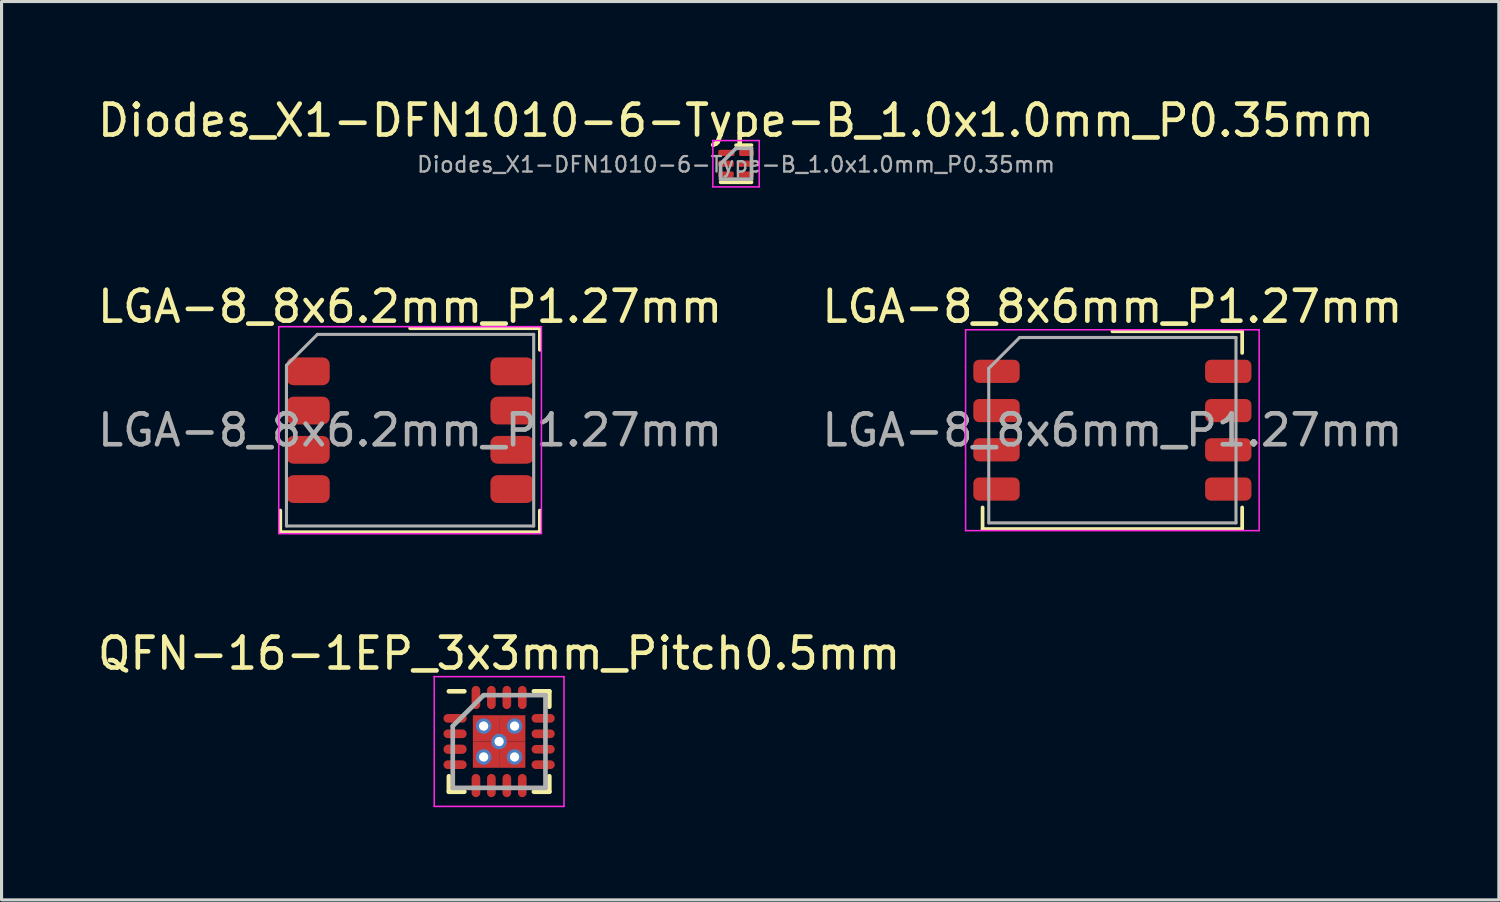
<source format=kicad_pcb>
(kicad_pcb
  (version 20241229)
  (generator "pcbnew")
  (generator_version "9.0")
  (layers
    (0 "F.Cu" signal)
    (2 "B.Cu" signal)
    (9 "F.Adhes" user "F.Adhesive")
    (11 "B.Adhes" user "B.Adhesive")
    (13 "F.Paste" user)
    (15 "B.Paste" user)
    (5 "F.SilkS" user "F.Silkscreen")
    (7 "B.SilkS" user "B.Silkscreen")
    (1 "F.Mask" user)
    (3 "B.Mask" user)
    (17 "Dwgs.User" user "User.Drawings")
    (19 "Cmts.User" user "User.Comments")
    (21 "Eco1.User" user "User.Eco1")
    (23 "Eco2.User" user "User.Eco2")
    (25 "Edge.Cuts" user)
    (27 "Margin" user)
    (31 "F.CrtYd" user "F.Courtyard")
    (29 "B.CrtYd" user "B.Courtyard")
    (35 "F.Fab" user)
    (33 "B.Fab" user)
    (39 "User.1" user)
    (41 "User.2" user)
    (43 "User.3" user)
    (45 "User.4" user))
  (footprint "LGA-8_8x6mm_P1.27mm"
    (layer "F.Cu")
    (at 32.946 10.871)
    (property "Reference" "LGA-8_8x6mm_P1.27mm" (at 0 -4 0) (layer "F.SilkS") (effects (font (size 1 1) (thickness 0.15))))
    (attr smd)
    (fp_line (start -4.2 3.2) (end -4.2 2.5) (stroke (width 0.12) (type solid)) (layer "F.SilkS"))
    (fp_line (start 0 -3.2) (end 4.2 -3.2) (stroke (width 0.12) (type solid)) (layer "F.SilkS"))
    (fp_line (start 4.2 -3.2) (end 4.2 -2.5) (stroke (width 0.12) (type solid)) (layer "F.SilkS"))
    (fp_line (start 4.2 2.5) (end 4.2 3.2) (stroke (width 0.12) (type solid)) (layer "F.SilkS"))
    (fp_line (start 4.2 3.2) (end -4.2 3.2) (stroke (width 0.12) (type solid)) (layer "F.SilkS"))
    (fp_line (start -4.75 -3.25) (end 4.75 -3.25) (stroke (width 0.05) (type solid)) (layer "F.CrtYd"))
    (fp_line (start -4.75 3.25) (end -4.75 -3.25) (stroke (width 0.05) (type solid)) (layer "F.CrtYd"))
    (fp_line (start 4.75 -3.25) (end 4.75 3.25) (stroke (width 0.05) (type solid)) (layer "F.CrtYd"))
    (fp_line (start 4.75 3.25) (end -4.75 3.25) (stroke (width 0.05) (type solid)) (layer "F.CrtYd"))
    (fp_line (start -4 -2) (end -3 -3) (stroke (width 0.1) (type solid)) (layer "F.Fab"))
    (fp_line (start -4 3) (end -4 -2) (stroke (width 0.1) (type solid)) (layer "F.Fab"))
    (fp_line (start -3 -3) (end 4 -3) (stroke (width 0.1) (type solid)) (layer "F.Fab"))
    (fp_line (start 4 -3) (end 4 3) (stroke (width 0.1) (type solid)) (layer "F.Fab"))
    (fp_line (start 4 3) (end -4 3) (stroke (width 0.1) (type solid)) (layer "F.Fab"))
    (fp_text user "${REFERENCE}" (at 0 0 0) (layer "F.Fab") (effects (font (size 1 1) (thickness 0.15))))
    (pad "1" smd roundrect (at -3.75 -1.905) (size 1.5 0.75) (layers "F.Cu" "F.Mask" "F.Paste") (roundrect_rratio 0.25))
    (pad "2" smd roundrect (at -3.75 -0.635) (size 1.5 0.75) (layers "F.Cu" "F.Mask" "F.Paste") (roundrect_rratio 0.25))
    (pad "3" smd roundrect (at -3.75 0.635) (size 1.5 0.75) (layers "F.Cu" "F.Mask" "F.Paste") (roundrect_rratio 0.25))
    (pad "4" smd roundrect (at -3.75 1.905) (size 1.5 0.75) (layers "F.Cu" "F.Mask" "F.Paste") (roundrect_rratio 0.25))
    (pad "5" smd roundrect (at 3.75 1.905) (size 1.5 0.75) (layers "F.Cu" "F.Mask" "F.Paste") (roundrect_rratio 0.25))
    (pad "6" smd roundrect (at 3.75 0.635) (size 1.5 0.75) (layers "F.Cu" "F.Mask" "F.Paste") (roundrect_rratio 0.25))
    (pad "7" smd roundrect (at 3.75 -0.635) (size 1.5 0.75) (layers "F.Cu" "F.Mask" "F.Paste") (roundrect_rratio 0.25))
    (pad "8" smd roundrect (at 3.75 -1.905) (size 1.5 0.75) (layers "F.Cu" "F.Mask" "F.Paste") (roundrect_rratio 0.25)))
  (footprint "Diodes_X1-DFN1010-6-Type-B_1.0x1.0mm_P0.35mm"
    (layer "F.Cu")
    (at 20.768 2.248)
    (property "Reference" "Diodes_X1-DFN1010-6-Type-B_1.0x1.0mm_P0.35mm" (at 0 -1.4 0) (layer "F.SilkS") (effects (font (size 1 1) (thickness 0.15))))
    (attr smd)
    (fp_line (start -0.5 0.6) (end 0.5 0.6) (stroke (width 0.12) (type solid)) (layer "F.SilkS"))
    (fp_line (start 0 -0.6) (end 0.5 -0.6) (stroke (width 0.12) (type solid)) (layer "F.SilkS"))
    (fp_line (start -0.75 -0.75) (end -0.75 0.75) (stroke (width 0.05) (type solid)) (layer "F.CrtYd"))
    (fp_line (start -0.75 -0.75) (end 0.75 -0.75) (stroke (width 0.05) (type solid)) (layer "F.CrtYd"))
    (fp_line (start 0.75 0.75) (end -0.75 0.75) (stroke (width 0.05) (type solid)) (layer "F.CrtYd"))
    (fp_line (start 0.75 0.75) (end 0.75 -0.75) (stroke (width 0.05) (type solid)) (layer "F.CrtYd"))
    (fp_line (start -0.5 0) (end -0.5 0.5) (stroke (width 0.12) (type solid)) (layer "F.Fab"))
    (fp_line (start -0.5 0.5) (end 0.5 0.5) (stroke (width 0.12) (type solid)) (layer "F.Fab"))
    (fp_line (start 0 -0.5) (end -0.5 0) (stroke (width 0.12) (type solid)) (layer "F.Fab"))
    (fp_line (start 0.5 -0.5) (end 0 -0.5) (stroke (width 0.12) (type solid)) (layer "F.Fab"))
    (fp_line (start 0.5 0.5) (end 0.5 -0.5) (stroke (width 0.12) (type solid)) (layer "F.Fab"))
    (fp_text user "${REFERENCE}" (at 0 0.025 0) (layer "F.Fab") (effects (font (size 0.5 0.5) (thickness 0.075))))
    (pad "1" smd roundrect (at -0.312 -0.35) (size 0.525 0.2) (layers "F.Cu" "F.Mask" "F.Paste") (roundrect_rratio 0.25))
    (pad "2" smd roundrect (at -0.325 0) (size 0.5 0.2) (layers "F.Cu" "F.Mask" "F.Paste") (roundrect_rratio 0.25))
    (pad "3" smd roundrect (at -0.325 0.35) (size 0.5 0.2) (layers "F.Cu" "F.Mask" "F.Paste") (roundrect_rratio 0.25))
    (pad "4" smd roundrect (at 0.325 0.35) (size 0.5 0.2) (layers "F.Cu" "F.Mask" "F.Paste") (roundrect_rratio 0.25))
    (pad "5" smd roundrect (at 0.325 0) (size 0.5 0.2) (layers "F.Cu" "F.Mask" "F.Paste") (roundrect_rratio 0.25))
    (pad "6" smd roundrect (at 0.338 -0.35) (size 0.475 0.2) (layers "F.Cu" "F.Mask" "F.Paste") (roundrect_rratio 0.25)))
  (footprint "QFN-16-1EP_3x3mm_Pitch0.5mm"
    (layer "F.Cu")
    (at 13.101 20.945)
    (property "Reference" "QFN-16-1EP_3x3mm_Pitch0.5mm" (at 0 -2.85 0) (layer "F.SilkS") (effects (font (size 1 1) (thickness 0.15))))
    (attr smd)
    (fp_line (start -1.625 -1.625) (end -1.125 -1.625) (stroke (width 0.15) (type solid)) (layer "F.SilkS"))
    (fp_line (start -1.625 1.625) (end -1.625 1.125) (stroke (width 0.15) (type solid)) (layer "F.SilkS"))
    (fp_line (start -1.625 1.625) (end -1.125 1.625) (stroke (width 0.15) (type solid)) (layer "F.SilkS"))
    (fp_line (start 1.625 -1.625) (end 1.125 -1.625) (stroke (width 0.15) (type solid)) (layer "F.SilkS"))
    (fp_line (start 1.625 -1.625) (end 1.625 -1.125) (stroke (width 0.15) (type solid)) (layer "F.SilkS"))
    (fp_line (start 1.625 1.625) (end 1.125 1.625) (stroke (width 0.15) (type solid)) (layer "F.SilkS"))
    (fp_line (start 1.625 1.625) (end 1.625 1.125) (stroke (width 0.15) (type solid)) (layer "F.SilkS"))
    (fp_line (start -2.1 -2.1) (end -2.1 2.1) (stroke (width 0.05) (type solid)) (layer "F.CrtYd"))
    (fp_line (start -2.1 -2.1) (end 2.1 -2.1) (stroke (width 0.05) (type solid)) (layer "F.CrtYd"))
    (fp_line (start -2.1 2.1) (end 2.1 2.1) (stroke (width 0.05) (type solid)) (layer "F.CrtYd"))
    (fp_line (start 2.1 -2.1) (end 2.1 2.1) (stroke (width 0.05) (type solid)) (layer "F.CrtYd"))
    (fp_line (start -1.5 -0.5) (end -0.5 -1.5) (stroke (width 0.15) (type solid)) (layer "F.Fab"))
    (fp_line (start -1.5 1.5) (end -1.5 -0.5) (stroke (width 0.15) (type solid)) (layer "F.Fab"))
    (fp_line (start -0.5 -1.5) (end 1.5 -1.5) (stroke (width 0.15) (type solid)) (layer "F.Fab"))
    (fp_line (start 1.5 -1.5) (end 1.5 1.5) (stroke (width 0.15) (type solid)) (layer "F.Fab"))
    (fp_line (start 1.5 1.5) (end -1.5 1.5) (stroke (width 0.15) (type solid)) (layer "F.Fab"))
    (pad "1" smd oval (at -1.425 -0.75) (size 0.75 0.28) (layers "F.Cu" "F.Mask" "F.Paste"))
    (pad "2" smd oval (at -1.425 -0.25) (size 0.75 0.28) (layers "F.Cu" "F.Mask" "F.Paste"))
    (pad "3" smd oval (at -1.425 0.25) (size 0.75 0.3) (layers "F.Cu" "F.Mask" "F.Paste"))
    (pad "4" smd oval (at -1.425 0.75) (size 0.75 0.28) (layers "F.Cu" "F.Mask" "F.Paste"))
    (pad "5" smd oval (at -0.75 1.425 90) (size 0.75 0.28) (layers "F.Cu" "F.Mask" "F.Paste"))
    (pad "6" smd oval (at -0.25 1.425 90) (size 0.75 0.28) (layers "F.Cu" "F.Mask" "F.Paste"))
    (pad "7" smd oval (at 0.25 1.425 90) (size 0.75 0.28) (layers "F.Cu" "F.Mask" "F.Paste"))
    (pad "8" smd oval (at 0.75 1.425 90) (size 0.75 0.28) (layers "F.Cu" "F.Mask" "F.Paste"))
    (pad "9" smd oval (at 1.425 0.75) (size 0.75 0.28) (layers "F.Cu" "F.Mask" "F.Paste"))
    (pad "10" smd oval (at 1.425 0.25) (size 0.75 0.28) (layers "F.Cu" "F.Mask" "F.Paste"))
    (pad "11" smd oval (at 1.425 -0.25) (size 0.75 0.28) (layers "F.Cu" "F.Mask" "F.Paste"))
    (pad "12" smd oval (at 1.425 -0.75) (size 0.75 0.28) (layers "F.Cu" "F.Mask" "F.Paste"))
    (pad "13" smd oval (at 0.75 -1.425 90) (size 0.75 0.28) (layers "F.Cu" "F.Mask" "F.Paste"))
    (pad "14" smd oval (at 0.25 -1.425 90) (size 0.75 0.28) (layers "F.Cu" "F.Mask" "F.Paste"))
    (pad "15" smd oval (at -0.25 -1.425 90) (size 0.75 0.28) (layers "F.Cu" "F.Mask" "F.Paste"))
    (pad "16" smd oval (at -0.75 -1.425 90) (size 0.75 0.28) (layers "F.Cu" "F.Mask" "F.Paste"))
    (pad "17" thru_hole circle (at -0.5 -0.5) (size 0.5 0.5) (drill 0.3) (layers "*.Cu"))
    (pad "17" thru_hole circle (at -0.5 0.5) (size 0.5 0.5) (drill 0.3) (layers "*.Cu"))
    (pad "17" smd rect (at -0.425 -0.425) (size 0.85 0.85) (layers "F.Cu" "F.Mask" "F.Paste"))
    (pad "17" smd rect (at -0.425 0.425) (size 0.85 0.85) (layers "F.Cu" "F.Mask" "F.Paste"))
    (pad "17" thru_hole circle (at 0 0) (size 0.5 0.5) (drill 0.3) (layers "*.Cu"))
    (pad "17" smd rect (at 0.425 -0.425) (size 0.85 0.85) (layers "F.Cu" "F.Mask" "F.Paste"))
    (pad "17" smd rect (at 0.425 0.425) (size 0.85 0.85) (layers "F.Cu" "F.Mask" "F.Paste"))
    (pad "17" thru_hole circle (at 0.5 -0.5) (size 0.5 0.5) (drill 0.3) (layers "*.Cu"))
    (pad "17" thru_hole circle (at 0.5 0.5) (size 0.5 0.5) (drill 0.3) (layers "*.Cu")))
  (footprint "LGA-8_8x6.2mm_P1.27mm"
    (layer "F.Cu")
    (at 10.22 10.871)
    (property "Reference" "LGA-8_8x6.2mm_P1.27mm" (at 0 -4 0) (layer "F.SilkS") (effects (font (size 1 1) (thickness 0.15))))
    (attr smd)
    (fp_line (start -4.2 3.3) (end -4.2 2.6) (stroke (width 0.12) (type solid)) (layer "F.SilkS"))
    (fp_line (start 0 -3.3) (end 4.2 -3.3) (stroke (width 0.12) (type solid)) (layer "F.SilkS"))
    (fp_line (start 4.2 -3.3) (end 4.2 -2.6) (stroke (width 0.12) (type solid)) (layer "F.SilkS"))
    (fp_line (start 4.2 2.6) (end 4.2 3.3) (stroke (width 0.12) (type solid)) (layer "F.SilkS"))
    (fp_line (start 4.2 3.3) (end -4.2 3.3) (stroke (width 0.12) (type solid)) (layer "F.SilkS"))
    (fp_rect (start -4.25 -3.35) (end 4.25 3.35) (stroke (width 0.05) (type solid)) (fill no) (layer "F.CrtYd"))
    (fp_line (start -4 -2.1) (end -3 -3.1) (stroke (width 0.1) (type solid)) (layer "F.Fab"))
    (fp_line (start -4 3.1) (end -4 -2.1) (stroke (width 0.1) (type solid)) (layer "F.Fab"))
    (fp_line (start -3 -3.1) (end 4 -3.1) (stroke (width 0.1) (type solid)) (layer "F.Fab"))
    (fp_line (start 4 -3.1) (end 4 3.1) (stroke (width 0.1) (type solid)) (layer "F.Fab"))
    (fp_line (start 4 3.1) (end -4 3.1) (stroke (width 0.1) (type solid)) (layer "F.Fab"))
    (fp_text user "${REFERENCE}" (at 0 0 0) (layer "F.Fab") (effects (font (size 1 1) (thickness 0.15))))
    (pad "1" smd roundrect (at -3.3 -1.905) (size 1.4 0.9) (layers "F.Cu" "F.Mask" "F.Paste") (roundrect_rratio 0.25))
    (pad "2" smd roundrect (at -3.3 -0.635) (size 1.4 0.9) (layers "F.Cu" "F.Mask" "F.Paste") (roundrect_rratio 0.25))
    (pad "3" smd roundrect (at -3.3 0.635) (size 1.4 0.9) (layers "F.Cu" "F.Mask" "F.Paste") (roundrect_rratio 0.25))
    (pad "4" smd roundrect (at -3.3 1.905) (size 1.4 0.9) (layers "F.Cu" "F.Mask" "F.Paste") (roundrect_rratio 0.25))
    (pad "5" smd roundrect (at 3.3 1.905) (size 1.4 0.9) (layers "F.Cu" "F.Mask" "F.Paste") (roundrect_rratio 0.25))
    (pad "6" smd roundrect (at 3.3 0.635) (size 1.4 0.9) (layers "F.Cu" "F.Mask" "F.Paste") (roundrect_rratio 0.25))
    (pad "7" smd roundrect (at 3.3 -0.635) (size 1.4 0.9) (layers "F.Cu" "F.Mask" "F.Paste") (roundrect_rratio 0.25))
    (pad "8" smd roundrect (at 3.3 -1.905) (size 1.4 0.9) (layers "F.Cu" "F.Mask" "F.Paste") (roundrect_rratio 0.25)))
  (gr_rect
    (start -3 -3)
    (end 45.452 26.07)
    (stroke (width 0.1) (type default))
    (fill no)
    (layer "Edge.Cuts")))
</source>
